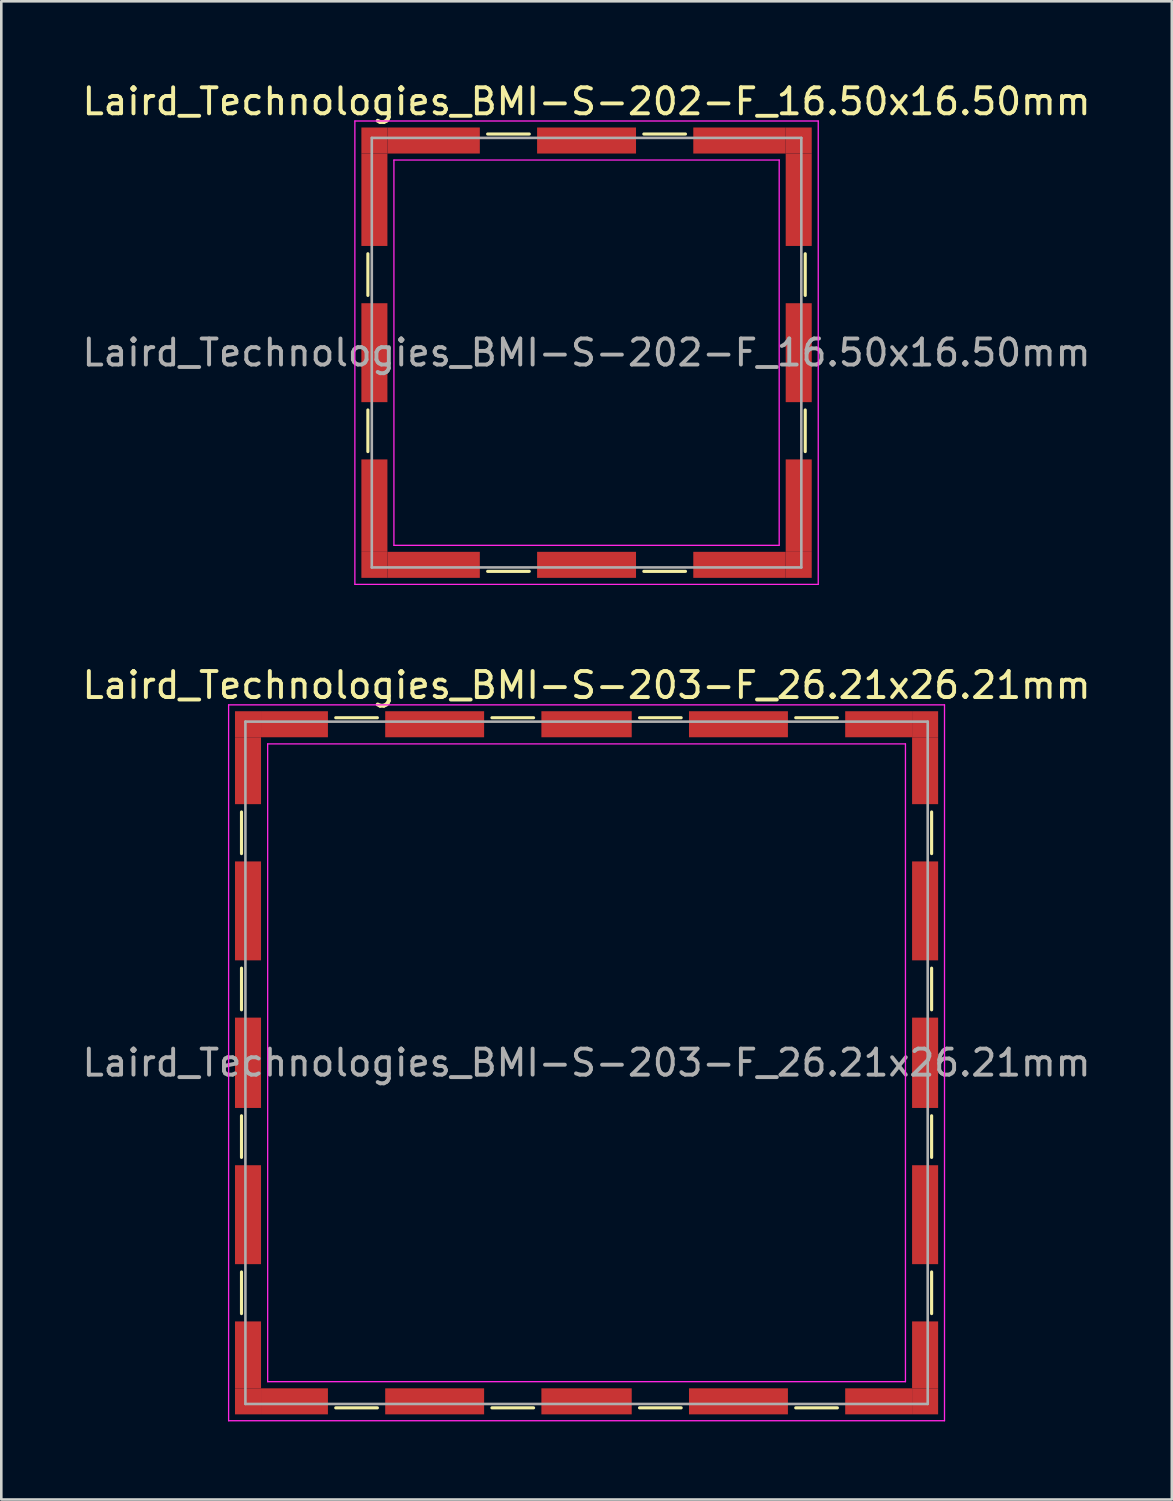
<source format=kicad_pcb>
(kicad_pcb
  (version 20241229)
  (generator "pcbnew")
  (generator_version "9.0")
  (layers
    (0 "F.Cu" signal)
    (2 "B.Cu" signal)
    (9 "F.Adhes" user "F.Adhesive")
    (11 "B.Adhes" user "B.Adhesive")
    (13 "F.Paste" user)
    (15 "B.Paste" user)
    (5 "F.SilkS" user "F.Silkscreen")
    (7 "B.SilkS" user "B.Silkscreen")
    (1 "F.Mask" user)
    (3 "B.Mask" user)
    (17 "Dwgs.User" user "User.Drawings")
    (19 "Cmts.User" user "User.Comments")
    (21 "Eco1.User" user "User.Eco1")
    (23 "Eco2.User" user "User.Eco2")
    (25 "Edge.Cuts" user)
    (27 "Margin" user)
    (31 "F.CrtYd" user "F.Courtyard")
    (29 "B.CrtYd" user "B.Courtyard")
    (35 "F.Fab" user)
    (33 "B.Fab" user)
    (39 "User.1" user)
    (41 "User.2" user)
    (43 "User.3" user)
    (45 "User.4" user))
  (footprint "Laird_Technologies_BMI-S-203-F_26.21x26.21mm"
    (layer "F.Cu")
    (at 19.482 37.776)
    (property "Reference" "Laird_Technologies_BMI-S-203-F_26.21x26.21mm" (at 0 -14.505 0) (layer "F.SilkS") (effects (font (size 1 1) (thickness 0.15))))
    (attr smd)
    (fp_line (start -13.255 -9.635) (end -13.255 -8.035) (stroke (width 0.12) (type solid)) (layer "F.SilkS"))
    (fp_line (start -13.255 -3.635) (end -13.255 -2.035) (stroke (width 0.12) (type solid)) (layer "F.SilkS"))
    (fp_line (start -13.255 2.035) (end -13.255 3.635) (stroke (width 0.12) (type solid)) (layer "F.SilkS"))
    (fp_line (start -13.255 8.035) (end -13.255 9.635) (stroke (width 0.12) (type solid)) (layer "F.SilkS"))
    (fp_line (start -9.635 -13.255) (end -8.035 -13.255) (stroke (width 0.12) (type solid)) (layer "F.SilkS"))
    (fp_line (start -9.635 13.255) (end -8.035 13.255) (stroke (width 0.12) (type solid)) (layer "F.SilkS"))
    (fp_line (start -3.635 -13.255) (end -2.035 -13.255) (stroke (width 0.12) (type solid)) (layer "F.SilkS"))
    (fp_line (start -3.635 13.255) (end -2.035 13.255) (stroke (width 0.12) (type solid)) (layer "F.SilkS"))
    (fp_line (start 2.035 -13.255) (end 3.635 -13.255) (stroke (width 0.12) (type solid)) (layer "F.SilkS"))
    (fp_line (start 2.035 13.255) (end 3.635 13.255) (stroke (width 0.12) (type solid)) (layer "F.SilkS"))
    (fp_line (start 8.035 -13.255) (end 9.635 -13.255) (stroke (width 0.12) (type solid)) (layer "F.SilkS"))
    (fp_line (start 8.035 13.255) (end 9.635 13.255) (stroke (width 0.12) (type solid)) (layer "F.SilkS"))
    (fp_line (start 13.255 -9.635) (end 13.255 -8.035) (stroke (width 0.12) (type solid)) (layer "F.SilkS"))
    (fp_line (start 13.255 -3.635) (end 13.255 -2.035) (stroke (width 0.12) (type solid)) (layer "F.SilkS"))
    (fp_line (start 13.255 2.035) (end 13.255 3.635) (stroke (width 0.12) (type solid)) (layer "F.SilkS"))
    (fp_line (start 13.255 8.035) (end 13.255 9.635) (stroke (width 0.12) (type solid)) (layer "F.SilkS"))
    (fp_line (start -13.75 -13.75) (end -13.75 13.75) (stroke (width 0.05) (type solid)) (layer "F.CrtYd"))
    (fp_line (start -13.75 13.75) (end 13.75 13.75) (stroke (width 0.05) (type solid)) (layer "F.CrtYd"))
    (fp_line (start -12.25 -12.25) (end -12.25 12.25) (stroke (width 0.05) (type solid)) (layer "F.CrtYd"))
    (fp_line (start 12.25 -12.25) (end -12.25 -12.25) (stroke (width 0.05) (type solid)) (layer "F.CrtYd"))
    (fp_line (start 12.25 -12.25) (end 12.25 12.25) (stroke (width 0.05) (type solid)) (layer "F.CrtYd"))
    (fp_line (start 12.25 12.25) (end -12.25 12.25) (stroke (width 0.05) (type solid)) (layer "F.CrtYd"))
    (fp_line (start 13.75 -13.75) (end -13.75 -13.75) (stroke (width 0.05) (type solid)) (layer "F.CrtYd"))
    (fp_line (start 13.75 13.75) (end 13.75 -13.75) (stroke (width 0.05) (type solid)) (layer "F.CrtYd"))
    (fp_line (start -13.105 -13.105) (end -13.105 13.105) (stroke (width 0.1) (type solid)) (layer "F.Fab"))
    (fp_line (start -13.105 13.105) (end 13.105 13.105) (stroke (width 0.1) (type solid)) (layer "F.Fab"))
    (fp_line (start 13.105 -13.105) (end -13.105 -13.105) (stroke (width 0.1) (type solid)) (layer "F.Fab"))
    (fp_line (start 13.105 13.105) (end 13.105 -13.105) (stroke (width 0.1) (type solid)) (layer "F.Fab"))
    (fp_text user "${REFERENCE}" (at 0 0 0) (layer "F.Fab") (effects (font (size 1 1) (thickness 0.15))))
    (pad "1" smd rect (at -13.005 -13.005) (size 1 1) (layers "F.Cu" "F.Mask" "F.Paste"))
    (pad "1" smd rect (at -13.005 -11.22) (size 1 2.57) (layers "F.Cu" "F.Mask" "F.Paste"))
    (pad "1" smd rect (at -13.005 -5.835) (size 1 3.8) (layers "F.Cu" "F.Mask" "F.Paste"))
    (pad "1" smd rect (at -13.005 0) (size 1 3.47) (layers "F.Cu" "F.Mask" "F.Paste"))
    (pad "1" smd rect (at -13.005 5.835) (size 1 3.8) (layers "F.Cu" "F.Mask" "F.Paste"))
    (pad "1" smd rect (at -13.005 11.22) (size 1 2.57) (layers "F.Cu" "F.Mask" "F.Paste"))
    (pad "1" smd rect (at -13.005 13.005) (size 1 1) (layers "F.Cu" "F.Mask" "F.Paste"))
    (pad "1" smd rect (at -11.22 -13.005) (size 2.57 1) (layers "F.Cu" "F.Mask" "F.Paste"))
    (pad "1" smd rect (at -11.22 13.005) (size 2.57 1) (layers "F.Cu" "F.Mask" "F.Paste"))
    (pad "1" smd rect (at -5.835 -13.005) (size 3.8 1) (layers "F.Cu" "F.Mask" "F.Paste"))
    (pad "1" smd rect (at -5.835 13.005) (size 3.8 1) (layers "F.Cu" "F.Mask" "F.Paste"))
    (pad "1" smd rect (at 0 -13.005) (size 3.47 1) (layers "F.Cu" "F.Mask" "F.Paste"))
    (pad "1" smd rect (at 0 13.005) (size 3.47 1) (layers "F.Cu" "F.Mask" "F.Paste"))
    (pad "1" smd rect (at 5.835 -13.005) (size 3.8 1) (layers "F.Cu" "F.Mask" "F.Paste"))
    (pad "1" smd rect (at 5.835 13.005) (size 3.8 1) (layers "F.Cu" "F.Mask" "F.Paste"))
    (pad "1" smd rect (at 11.22 -13.005) (size 2.57 1) (layers "F.Cu" "F.Mask" "F.Paste"))
    (pad "1" smd rect (at 11.22 13.005) (size 2.57 1) (layers "F.Cu" "F.Mask" "F.Paste"))
    (pad "1" smd rect (at 13.005 -13.005) (size 1 1) (layers "F.Cu" "F.Mask" "F.Paste"))
    (pad "1" smd rect (at 13.005 -11.22) (size 1 2.57) (layers "F.Cu" "F.Mask" "F.Paste"))
    (pad "1" smd rect (at 13.005 -5.835) (size 1 3.8) (layers "F.Cu" "F.Mask" "F.Paste"))
    (pad "1" smd rect (at 13.005 0) (size 1 3.47) (layers "F.Cu" "F.Mask" "F.Paste"))
    (pad "1" smd rect (at 13.005 5.835) (size 1 3.8) (layers "F.Cu" "F.Mask" "F.Paste"))
    (pad "1" smd rect (at 13.005 11.22) (size 1 2.57) (layers "F.Cu" "F.Mask" "F.Paste"))
    (pad "1" smd rect (at 13.005 13.005) (size 1 1) (layers "F.Cu" "F.Mask" "F.Paste")))
  (footprint "Laird_Technologies_BMI-S-202-F_16.50x16.50mm"
    (layer "F.Cu")
    (at 19.482 10.498)
    (property "Reference" "Laird_Technologies_BMI-S-202-F_16.50x16.50mm" (at 0 -9.65 0) (layer "F.SilkS") (effects (font (size 1 1) (thickness 0.15))))
    (attr smd)
    (fp_line (start -8.4 -3.8) (end -8.4 -2.2) (stroke (width 0.12) (type solid)) (layer "F.SilkS"))
    (fp_line (start -8.4 2.2) (end -8.4 3.8) (stroke (width 0.12) (type solid)) (layer "F.SilkS"))
    (fp_line (start -3.8 -8.4) (end -2.2 -8.4) (stroke (width 0.12) (type solid)) (layer "F.SilkS"))
    (fp_line (start -3.8 8.4) (end -2.2 8.4) (stroke (width 0.12) (type solid)) (layer "F.SilkS"))
    (fp_line (start 2.2 -8.4) (end 3.8 -8.4) (stroke (width 0.12) (type solid)) (layer "F.SilkS"))
    (fp_line (start 2.2 8.4) (end 3.8 8.4) (stroke (width 0.12) (type solid)) (layer "F.SilkS"))
    (fp_line (start 8.4 -3.8) (end 8.4 -2.2) (stroke (width 0.12) (type solid)) (layer "F.SilkS"))
    (fp_line (start 8.4 2.2) (end 8.4 3.8) (stroke (width 0.12) (type solid)) (layer "F.SilkS"))
    (fp_line (start -8.9 -8.9) (end -8.9 8.9) (stroke (width 0.05) (type solid)) (layer "F.CrtYd"))
    (fp_line (start -8.9 8.9) (end 8.9 8.9) (stroke (width 0.05) (type solid)) (layer "F.CrtYd"))
    (fp_line (start -7.4 -7.4) (end -7.4 7.4) (stroke (width 0.05) (type solid)) (layer "F.CrtYd"))
    (fp_line (start 7.4 -7.4) (end -7.4 -7.4) (stroke (width 0.05) (type solid)) (layer "F.CrtYd"))
    (fp_line (start 7.4 -7.4) (end 7.4 7.4) (stroke (width 0.05) (type solid)) (layer "F.CrtYd"))
    (fp_line (start 7.4 7.4) (end -7.4 7.4) (stroke (width 0.05) (type solid)) (layer "F.CrtYd"))
    (fp_line (start 8.9 -8.9) (end -8.9 -8.9) (stroke (width 0.05) (type solid)) (layer "F.CrtYd"))
    (fp_line (start 8.9 8.9) (end 8.9 -8.9) (stroke (width 0.05) (type solid)) (layer "F.CrtYd"))
    (fp_line (start -8.25 -8.25) (end -8.25 8.25) (stroke (width 0.1) (type solid)) (layer "F.Fab"))
    (fp_line (start -8.25 8.25) (end 8.25 8.25) (stroke (width 0.1) (type solid)) (layer "F.Fab"))
    (fp_line (start 8.25 -8.25) (end -8.25 -8.25) (stroke (width 0.1) (type solid)) (layer "F.Fab"))
    (fp_line (start 8.25 8.25) (end 8.25 -8.25) (stroke (width 0.1) (type solid)) (layer "F.Fab"))
    (fp_text user "${REFERENCE}" (at 0 0 0) (layer "F.Fab") (effects (font (size 1 1) (thickness 0.15))))
    (pad "1" smd rect (at -8.15 -8.15) (size 1 1) (layers "F.Cu" "F.Mask" "F.Paste"))
    (pad "1" smd rect (at -8.15 -5.875) (size 1 3.55) (layers "F.Cu" "F.Mask" "F.Paste"))
    (pad "1" smd rect (at -8.15 0) (size 1 3.8) (layers "F.Cu" "F.Mask" "F.Paste"))
    (pad "1" smd rect (at -8.15 5.875) (size 1 3.55) (layers "F.Cu" "F.Mask" "F.Paste"))
    (pad "1" smd rect (at -8.15 8.15) (size 1 1) (layers "F.Cu" "F.Mask" "F.Paste"))
    (pad "1" smd rect (at -5.875 -8.15) (size 3.55 1) (layers "F.Cu" "F.Mask" "F.Paste"))
    (pad "1" smd rect (at -5.875 8.15) (size 3.55 1) (layers "F.Cu" "F.Mask" "F.Paste"))
    (pad "1" smd rect (at 0 -8.15) (size 3.8 1) (layers "F.Cu" "F.Mask" "F.Paste"))
    (pad "1" smd rect (at 0 8.15) (size 3.8 1) (layers "F.Cu" "F.Mask" "F.Paste"))
    (pad "1" smd rect (at 5.875 -8.15) (size 3.55 1) (layers "F.Cu" "F.Mask" "F.Paste"))
    (pad "1" smd rect (at 5.875 8.15) (size 3.55 1) (layers "F.Cu" "F.Mask" "F.Paste"))
    (pad "1" smd rect (at 8.15 -8.15) (size 1 1) (layers "F.Cu" "F.Mask" "F.Paste"))
    (pad "1" smd rect (at 8.15 -5.875) (size 1 3.55) (layers "F.Cu" "F.Mask" "F.Paste"))
    (pad "1" smd rect (at 8.15 0) (size 1 3.8) (layers "F.Cu" "F.Mask" "F.Paste"))
    (pad "1" smd rect (at 8.15 5.875) (size 1 3.55) (layers "F.Cu" "F.Mask" "F.Paste"))
    (pad "1" smd rect (at 8.15 8.15) (size 1 1) (layers "F.Cu" "F.Mask" "F.Paste")))
  (gr_rect
    (start -3 -3)
    (end 41.964 54.551)
    (stroke (width 0.1) (type default))
    (fill no)
    (layer "Edge.Cuts")))
</source>
